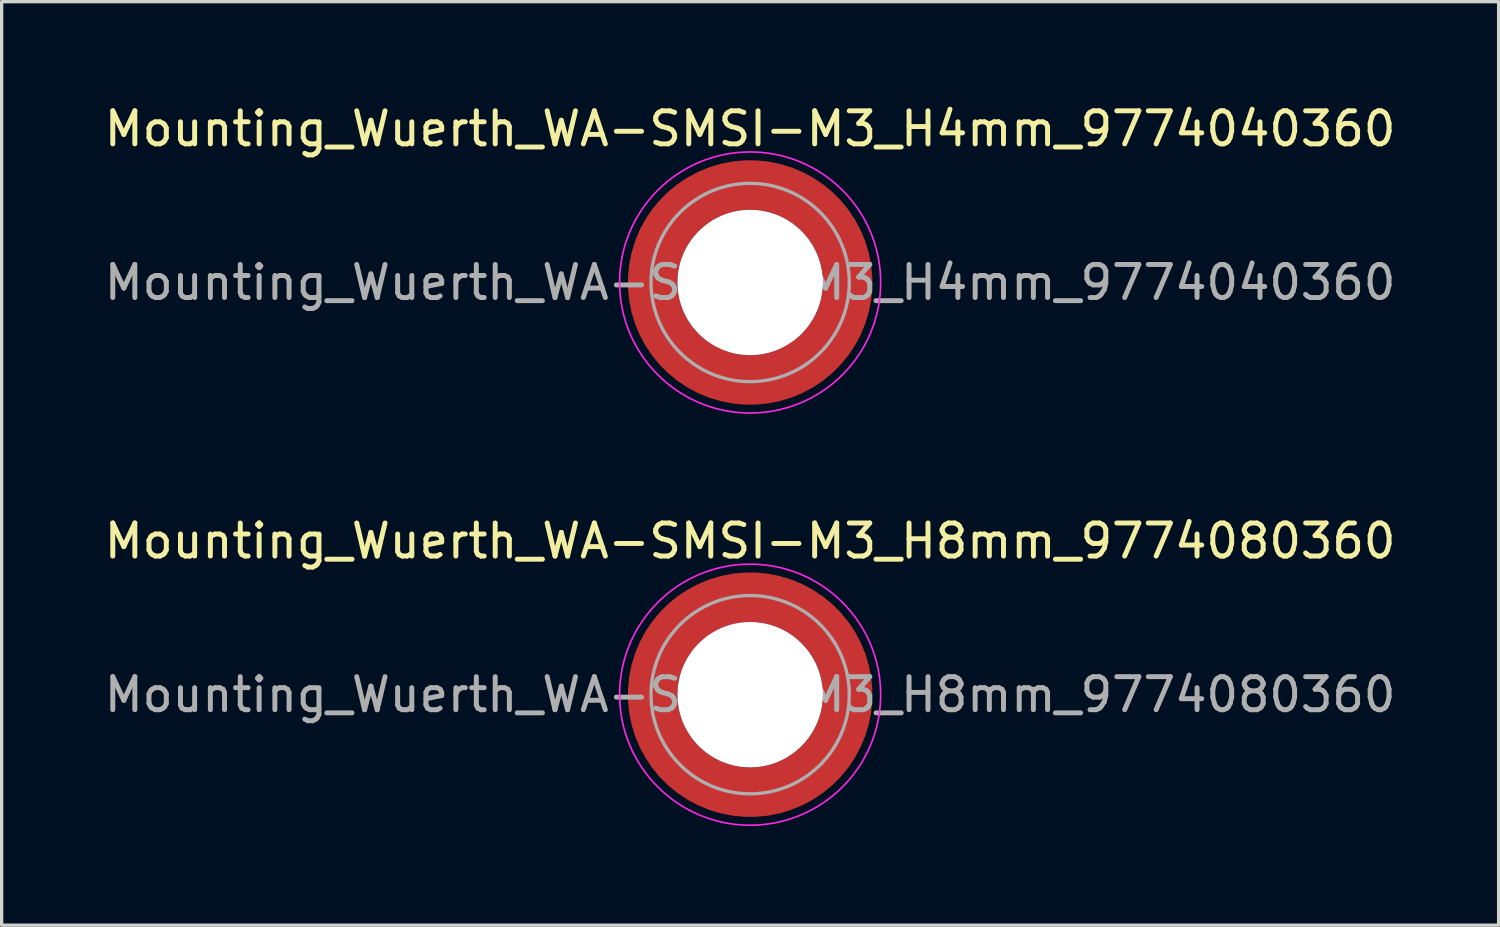
<source format=kicad_pcb>
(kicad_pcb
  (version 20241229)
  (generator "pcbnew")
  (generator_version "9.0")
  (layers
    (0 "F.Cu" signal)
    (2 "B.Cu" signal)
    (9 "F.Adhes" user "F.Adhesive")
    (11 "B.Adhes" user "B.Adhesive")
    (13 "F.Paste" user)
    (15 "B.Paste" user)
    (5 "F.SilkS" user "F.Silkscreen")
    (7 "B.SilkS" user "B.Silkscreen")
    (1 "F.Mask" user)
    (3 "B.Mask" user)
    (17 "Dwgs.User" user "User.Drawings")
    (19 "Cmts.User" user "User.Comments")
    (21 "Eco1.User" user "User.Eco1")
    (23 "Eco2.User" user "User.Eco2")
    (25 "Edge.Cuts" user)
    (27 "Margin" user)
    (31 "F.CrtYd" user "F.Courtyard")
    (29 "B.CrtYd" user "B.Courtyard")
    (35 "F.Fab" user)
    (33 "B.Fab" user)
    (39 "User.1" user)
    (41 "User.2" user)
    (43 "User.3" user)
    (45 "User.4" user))
  (footprint "Mounting_Wuerth_WA-SMSI-M3_H4mm_9774040360"
    (layer "F.Cu")
    (at 19.649 5.498)
    (property "Reference" "Mounting_Wuerth_WA-SMSI-M3_H4mm_9774040360" (at 0 -4.65 0) (layer "F.SilkS") (effects (font (size 1 1) (thickness 0.15))))
    (attr smd allow_soldermask_bridges)
    (fp_circle (center 0 0) (end 3.95 0) (stroke (width 0.05) (type solid)) (fill no) (layer "F.CrtYd"))
    (fp_circle (center 0 0) (end 3 0) (stroke (width 0.1) (type solid)) (fill no) (layer "F.Fab"))
    (fp_text user "${REFERENCE}" (at 0 0 0) (layer "F.Fab") (effects (font (size 1 1) (thickness 0.15))))
    (pad "" smd custom (at -2.058 -2.058) (size 0.55 0.55) (layers "F.Paste") (options (anchor circle)) (primitives (gr_arc (start -0.377294 1.707681) (mid 0.318198 0.318198) (end 1.707681 -0.377294) (width 0.2)) (gr_arc (start -0.478281 1.707681) (mid 0.247487 0.247487) (end 1.707681 -0.478281) (width 0.2)) (gr_arc (start -0.579192 1.707681) (mid 0.176777 0.176777) (end 1.707681 -0.579192) (width 0.2)) (gr_arc (start -0.680037 1.707681) (mid 0.106066 0.106066) (end 1.707681 -0.680037) (width 0.2)) (gr_arc (start -0.780822 1.707681) (mid 0.035355 0.035355) (end 1.707681 -0.780822) (width 0.2)) (gr_arc (start -0.881554 1.707681) (mid -0.035355 -0.035355) (end 1.707681 -0.881554) (width 0.2)) (gr_arc (start -0.982237 1.707681) (mid -0.106066 -0.106066) (end 1.707681 -0.982237) (width 0.2)) (gr_arc (start -1.082877 1.707681) (mid -0.176777 -0.176777) (end 1.707681 -1.082877) (width 0.2)) (gr_arc (start -1.183476 1.707681) (mid -0.247487 -0.247487) (end 1.707681 -1.183476) (width 0.2)) (gr_arc (start -1.28404 1.707681) (mid -0.318198 -0.318198) (end 1.707681 -1.28404) (width 0.2)) (gr_line (start 1.708 -0.377) (end 1.708 -1.284) (width 0.2)) (gr_line (start -0.377 1.708) (end -1.284 1.708) (width 0.2))))
    (pad "" smd custom (at -2.058 2.058) (size 0.55 0.55) (layers "F.Paste") (options (anchor circle)) (primitives (gr_arc (start 1.707681 0.377294) (mid 0.318198 -0.318198) (end -0.377294 -1.707681) (width 0.2)) (gr_arc (start 1.707681 0.478281) (mid 0.247487 -0.247487) (end -0.478281 -1.707681) (width 0.2)) (gr_arc (start 1.707681 0.579192) (mid 0.176777 -0.176777) (end -0.579192 -1.707681) (width 0.2)) (gr_arc (start 1.707681 0.680037) (mid 0.106066 -0.106066) (end -0.680037 -1.707681) (width 0.2)) (gr_arc (start 1.707681 0.780822) (mid 0.035355 -0.035355) (end -0.780822 -1.707681) (width 0.2)) (gr_arc (start 1.707681 0.881554) (mid -0.035355 0.035355) (end -0.881554 -1.707681) (width 0.2)) (gr_arc (start 1.707681 0.982237) (mid -0.106066 0.106066) (end -0.982237 -1.707681) (width 0.2)) (gr_arc (start 1.707681 1.082877) (mid -0.176777 0.176777) (end -1.082877 -1.707681) (width 0.2)) (gr_arc (start 1.707681 1.183476) (mid -0.247487 0.247487) (end -1.183476 -1.707681) (width 0.2)) (gr_arc (start 1.707681 1.28404) (mid -0.318198 0.318198) (end -1.28404 -1.707681) (width 0.2)) (gr_line (start -0.377 -1.708) (end -1.284 -1.708) (width 0.2)) (gr_line (start 1.708 0.377) (end 1.708 1.284) (width 0.2))))
    (pad "" np_thru_hole circle (at 0 0) (size 4.4 4.4) (drill 4.4) (layers "*.Cu" "*.Mask"))
    (pad "" smd custom (at 2.058 -2.058) (size 0.55 0.55) (layers "F.Paste") (options (anchor circle)) (primitives (gr_arc (start -1.707681 -0.377294) (mid -0.318198 0.318198) (end 0.377294 1.707681) (width 0.2)) (gr_arc (start -1.707681 -0.478281) (mid -0.247487 0.247487) (end 0.478281 1.707681) (width 0.2)) (gr_arc (start -1.707681 -0.579192) (mid -0.176777 0.176777) (end 0.579192 1.707681) (width 0.2)) (gr_arc (start -1.707681 -0.680037) (mid -0.106066 0.106066) (end 0.680037 1.707681) (width 0.2)) (gr_arc (start -1.707681 -0.780822) (mid -0.035355 0.035355) (end 0.780822 1.707681) (width 0.2)) (gr_arc (start -1.707681 -0.881554) (mid 0.035355 -0.035355) (end 0.881554 1.707681) (width 0.2)) (gr_arc (start -1.707681 -0.982237) (mid 0.106066 -0.106066) (end 0.982237 1.707681) (width 0.2)) (gr_arc (start -1.707681 -1.082877) (mid 0.176777 -0.176777) (end 1.082877 1.707681) (width 0.2)) (gr_arc (start -1.707681 -1.183476) (mid 0.247487 -0.247487) (end 1.183476 1.707681) (width 0.2)) (gr_arc (start -1.707681 -1.28404) (mid 0.318198 -0.318198) (end 1.28404 1.707681) (width 0.2)) (gr_line (start 0.377 1.708) (end 1.284 1.708) (width 0.2)) (gr_line (start -1.708 -0.377) (end -1.708 -1.284) (width 0.2))))
    (pad "" smd custom (at 2.058 2.058) (size 0.55 0.55) (layers "F.Paste") (options (anchor circle)) (primitives (gr_arc (start 0.377294 -1.707681) (mid -0.318198 -0.318198) (end -1.707681 0.377294) (width 0.2)) (gr_arc (start 0.478281 -1.707681) (mid -0.247487 -0.247487) (end -1.707681 0.478281) (width 0.2)) (gr_arc (start 0.579192 -1.707681) (mid -0.176777 -0.176777) (end -1.707681 0.579192) (width 0.2)) (gr_arc (start 0.680037 -1.707681) (mid -0.106066 -0.106066) (end -1.707681 0.680037) (width 0.2)) (gr_arc (start 0.780822 -1.707681) (mid -0.035355 -0.035355) (end -1.707681 0.780822) (width 0.2)) (gr_arc (start 0.881554 -1.707681) (mid 0.035355 0.035355) (end -1.707681 0.881554) (width 0.2)) (gr_arc (start 0.982237 -1.707681) (mid 0.106066 0.106066) (end -1.707681 0.982237) (width 0.2)) (gr_arc (start 1.082877 -1.707681) (mid 0.176777 0.176777) (end -1.707681 1.082877) (width 0.2)) (gr_arc (start 1.183476 -1.707681) (mid 0.247487 0.247487) (end -1.707681 1.183476) (width 0.2)) (gr_arc (start 1.28404 -1.707681) (mid 0.318198 0.318198) (end -1.707681 1.28404) (width 0.2)) (gr_line (start -1.708 0.377) (end -1.708 1.284) (width 0.2)) (gr_line (start 0.377 -1.708) (end 1.284 -1.708) (width 0.2))))
    (pad "1" smd circle (at -2.95 0) (size 0.992 0.992) (layers "F.Cu"))
    (pad "1" smd circle (at 0 -2.95) (size 0.992 0.992) (layers "F.Cu"))
    (pad "1" smd circle (at 0 2.95) (size 0.992 0.992) (layers "F.Cu"))
    (pad "1" smd custom (at 2.95 0) (size 1.5 1.5) (layers "F.Cu" "F.Mask") (options (anchor circle)) (primitives (gr_circle (center -2.95 0) (end 0 0) (width 1.5) (fill no)))))
  (footprint "Mounting_Wuerth_WA-SMSI-M3_H8mm_9774080360"
    (layer "F.Cu")
    (at 19.649 17.971)
    (property "Reference" "Mounting_Wuerth_WA-SMSI-M3_H8mm_9774080360" (at 0 -4.65 0) (layer "F.SilkS") (effects (font (size 1 1) (thickness 0.15))))
    (attr smd allow_soldermask_bridges)
    (fp_circle (center 0 0) (end 3.95 0) (stroke (width 0.05) (type solid)) (fill no) (layer "F.CrtYd"))
    (fp_circle (center 0 0) (end 3 0) (stroke (width 0.1) (type solid)) (fill no) (layer "F.Fab"))
    (fp_text user "${REFERENCE}" (at 0 0 0) (layer "F.Fab") (effects (font (size 1 1) (thickness 0.15))))
    (pad "" smd custom (at -2.058 -2.058) (size 0.55 0.55) (layers "F.Paste") (options (anchor circle)) (primitives (gr_arc (start -0.377294 1.707681) (mid 0.318198 0.318198) (end 1.707681 -0.377294) (width 0.2)) (gr_arc (start -0.478281 1.707681) (mid 0.247487 0.247487) (end 1.707681 -0.478281) (width 0.2)) (gr_arc (start -0.579192 1.707681) (mid 0.176777 0.176777) (end 1.707681 -0.579192) (width 0.2)) (gr_arc (start -0.680037 1.707681) (mid 0.106066 0.106066) (end 1.707681 -0.680037) (width 0.2)) (gr_arc (start -0.780822 1.707681) (mid 0.035355 0.035355) (end 1.707681 -0.780822) (width 0.2)) (gr_arc (start -0.881554 1.707681) (mid -0.035355 -0.035355) (end 1.707681 -0.881554) (width 0.2)) (gr_arc (start -0.982237 1.707681) (mid -0.106066 -0.106066) (end 1.707681 -0.982237) (width 0.2)) (gr_arc (start -1.082877 1.707681) (mid -0.176777 -0.176777) (end 1.707681 -1.082877) (width 0.2)) (gr_arc (start -1.183476 1.707681) (mid -0.247487 -0.247487) (end 1.707681 -1.183476) (width 0.2)) (gr_arc (start -1.28404 1.707681) (mid -0.318198 -0.318198) (end 1.707681 -1.28404) (width 0.2)) (gr_line (start 1.708 -0.377) (end 1.708 -1.284) (width 0.2)) (gr_line (start -0.377 1.708) (end -1.284 1.708) (width 0.2))))
    (pad "" smd custom (at -2.058 2.058) (size 0.55 0.55) (layers "F.Paste") (options (anchor circle)) (primitives (gr_arc (start 1.707681 0.377294) (mid 0.318198 -0.318198) (end -0.377294 -1.707681) (width 0.2)) (gr_arc (start 1.707681 0.478281) (mid 0.247487 -0.247487) (end -0.478281 -1.707681) (width 0.2)) (gr_arc (start 1.707681 0.579192) (mid 0.176777 -0.176777) (end -0.579192 -1.707681) (width 0.2)) (gr_arc (start 1.707681 0.680037) (mid 0.106066 -0.106066) (end -0.680037 -1.707681) (width 0.2)) (gr_arc (start 1.707681 0.780822) (mid 0.035355 -0.035355) (end -0.780822 -1.707681) (width 0.2)) (gr_arc (start 1.707681 0.881554) (mid -0.035355 0.035355) (end -0.881554 -1.707681) (width 0.2)) (gr_arc (start 1.707681 0.982237) (mid -0.106066 0.106066) (end -0.982237 -1.707681) (width 0.2)) (gr_arc (start 1.707681 1.082877) (mid -0.176777 0.176777) (end -1.082877 -1.707681) (width 0.2)) (gr_arc (start 1.707681 1.183476) (mid -0.247487 0.247487) (end -1.183476 -1.707681) (width 0.2)) (gr_arc (start 1.707681 1.28404) (mid -0.318198 0.318198) (end -1.28404 -1.707681) (width 0.2)) (gr_line (start -0.377 -1.708) (end -1.284 -1.708) (width 0.2)) (gr_line (start 1.708 0.377) (end 1.708 1.284) (width 0.2))))
    (pad "" np_thru_hole circle (at 0 0) (size 4.4 4.4) (drill 4.4) (layers "*.Cu" "*.Mask"))
    (pad "" smd custom (at 2.058 -2.058) (size 0.55 0.55) (layers "F.Paste") (options (anchor circle)) (primitives (gr_arc (start -1.707681 -0.377294) (mid -0.318198 0.318198) (end 0.377294 1.707681) (width 0.2)) (gr_arc (start -1.707681 -0.478281) (mid -0.247487 0.247487) (end 0.478281 1.707681) (width 0.2)) (gr_arc (start -1.707681 -0.579192) (mid -0.176777 0.176777) (end 0.579192 1.707681) (width 0.2)) (gr_arc (start -1.707681 -0.680037) (mid -0.106066 0.106066) (end 0.680037 1.707681) (width 0.2)) (gr_arc (start -1.707681 -0.780822) (mid -0.035355 0.035355) (end 0.780822 1.707681) (width 0.2)) (gr_arc (start -1.707681 -0.881554) (mid 0.035355 -0.035355) (end 0.881554 1.707681) (width 0.2)) (gr_arc (start -1.707681 -0.982237) (mid 0.106066 -0.106066) (end 0.982237 1.707681) (width 0.2)) (gr_arc (start -1.707681 -1.082877) (mid 0.176777 -0.176777) (end 1.082877 1.707681) (width 0.2)) (gr_arc (start -1.707681 -1.183476) (mid 0.247487 -0.247487) (end 1.183476 1.707681) (width 0.2)) (gr_arc (start -1.707681 -1.28404) (mid 0.318198 -0.318198) (end 1.28404 1.707681) (width 0.2)) (gr_line (start 0.377 1.708) (end 1.284 1.708) (width 0.2)) (gr_line (start -1.708 -0.377) (end -1.708 -1.284) (width 0.2))))
    (pad "" smd custom (at 2.058 2.058) (size 0.55 0.55) (layers "F.Paste") (options (anchor circle)) (primitives (gr_arc (start 0.377294 -1.707681) (mid -0.318198 -0.318198) (end -1.707681 0.377294) (width 0.2)) (gr_arc (start 0.478281 -1.707681) (mid -0.247487 -0.247487) (end -1.707681 0.478281) (width 0.2)) (gr_arc (start 0.579192 -1.707681) (mid -0.176777 -0.176777) (end -1.707681 0.579192) (width 0.2)) (gr_arc (start 0.680037 -1.707681) (mid -0.106066 -0.106066) (end -1.707681 0.680037) (width 0.2)) (gr_arc (start 0.780822 -1.707681) (mid -0.035355 -0.035355) (end -1.707681 0.780822) (width 0.2)) (gr_arc (start 0.881554 -1.707681) (mid 0.035355 0.035355) (end -1.707681 0.881554) (width 0.2)) (gr_arc (start 0.982237 -1.707681) (mid 0.106066 0.106066) (end -1.707681 0.982237) (width 0.2)) (gr_arc (start 1.082877 -1.707681) (mid 0.176777 0.176777) (end -1.707681 1.082877) (width 0.2)) (gr_arc (start 1.183476 -1.707681) (mid 0.247487 0.247487) (end -1.707681 1.183476) (width 0.2)) (gr_arc (start 1.28404 -1.707681) (mid 0.318198 0.318198) (end -1.707681 1.28404) (width 0.2)) (gr_line (start -1.708 0.377) (end -1.708 1.284) (width 0.2)) (gr_line (start 0.377 -1.708) (end 1.284 -1.708) (width 0.2))))
    (pad "1" smd circle (at -2.95 0) (size 0.992 0.992) (layers "F.Cu"))
    (pad "1" smd circle (at 0 -2.95) (size 0.992 0.992) (layers "F.Cu"))
    (pad "1" smd circle (at 0 2.95) (size 0.992 0.992) (layers "F.Cu"))
    (pad "1" smd custom (at 2.95 0) (size 1.5 1.5) (layers "F.Cu" "F.Mask") (options (anchor circle)) (primitives (gr_circle (center -2.95 0) (end 0 0) (width 1.5) (fill no)))))
  (gr_rect
    (start -3 -3)
    (end 42.298 24.947)
    (stroke (width 0.1) (type default))
    (fill no)
    (layer "Edge.Cuts")))
</source>
